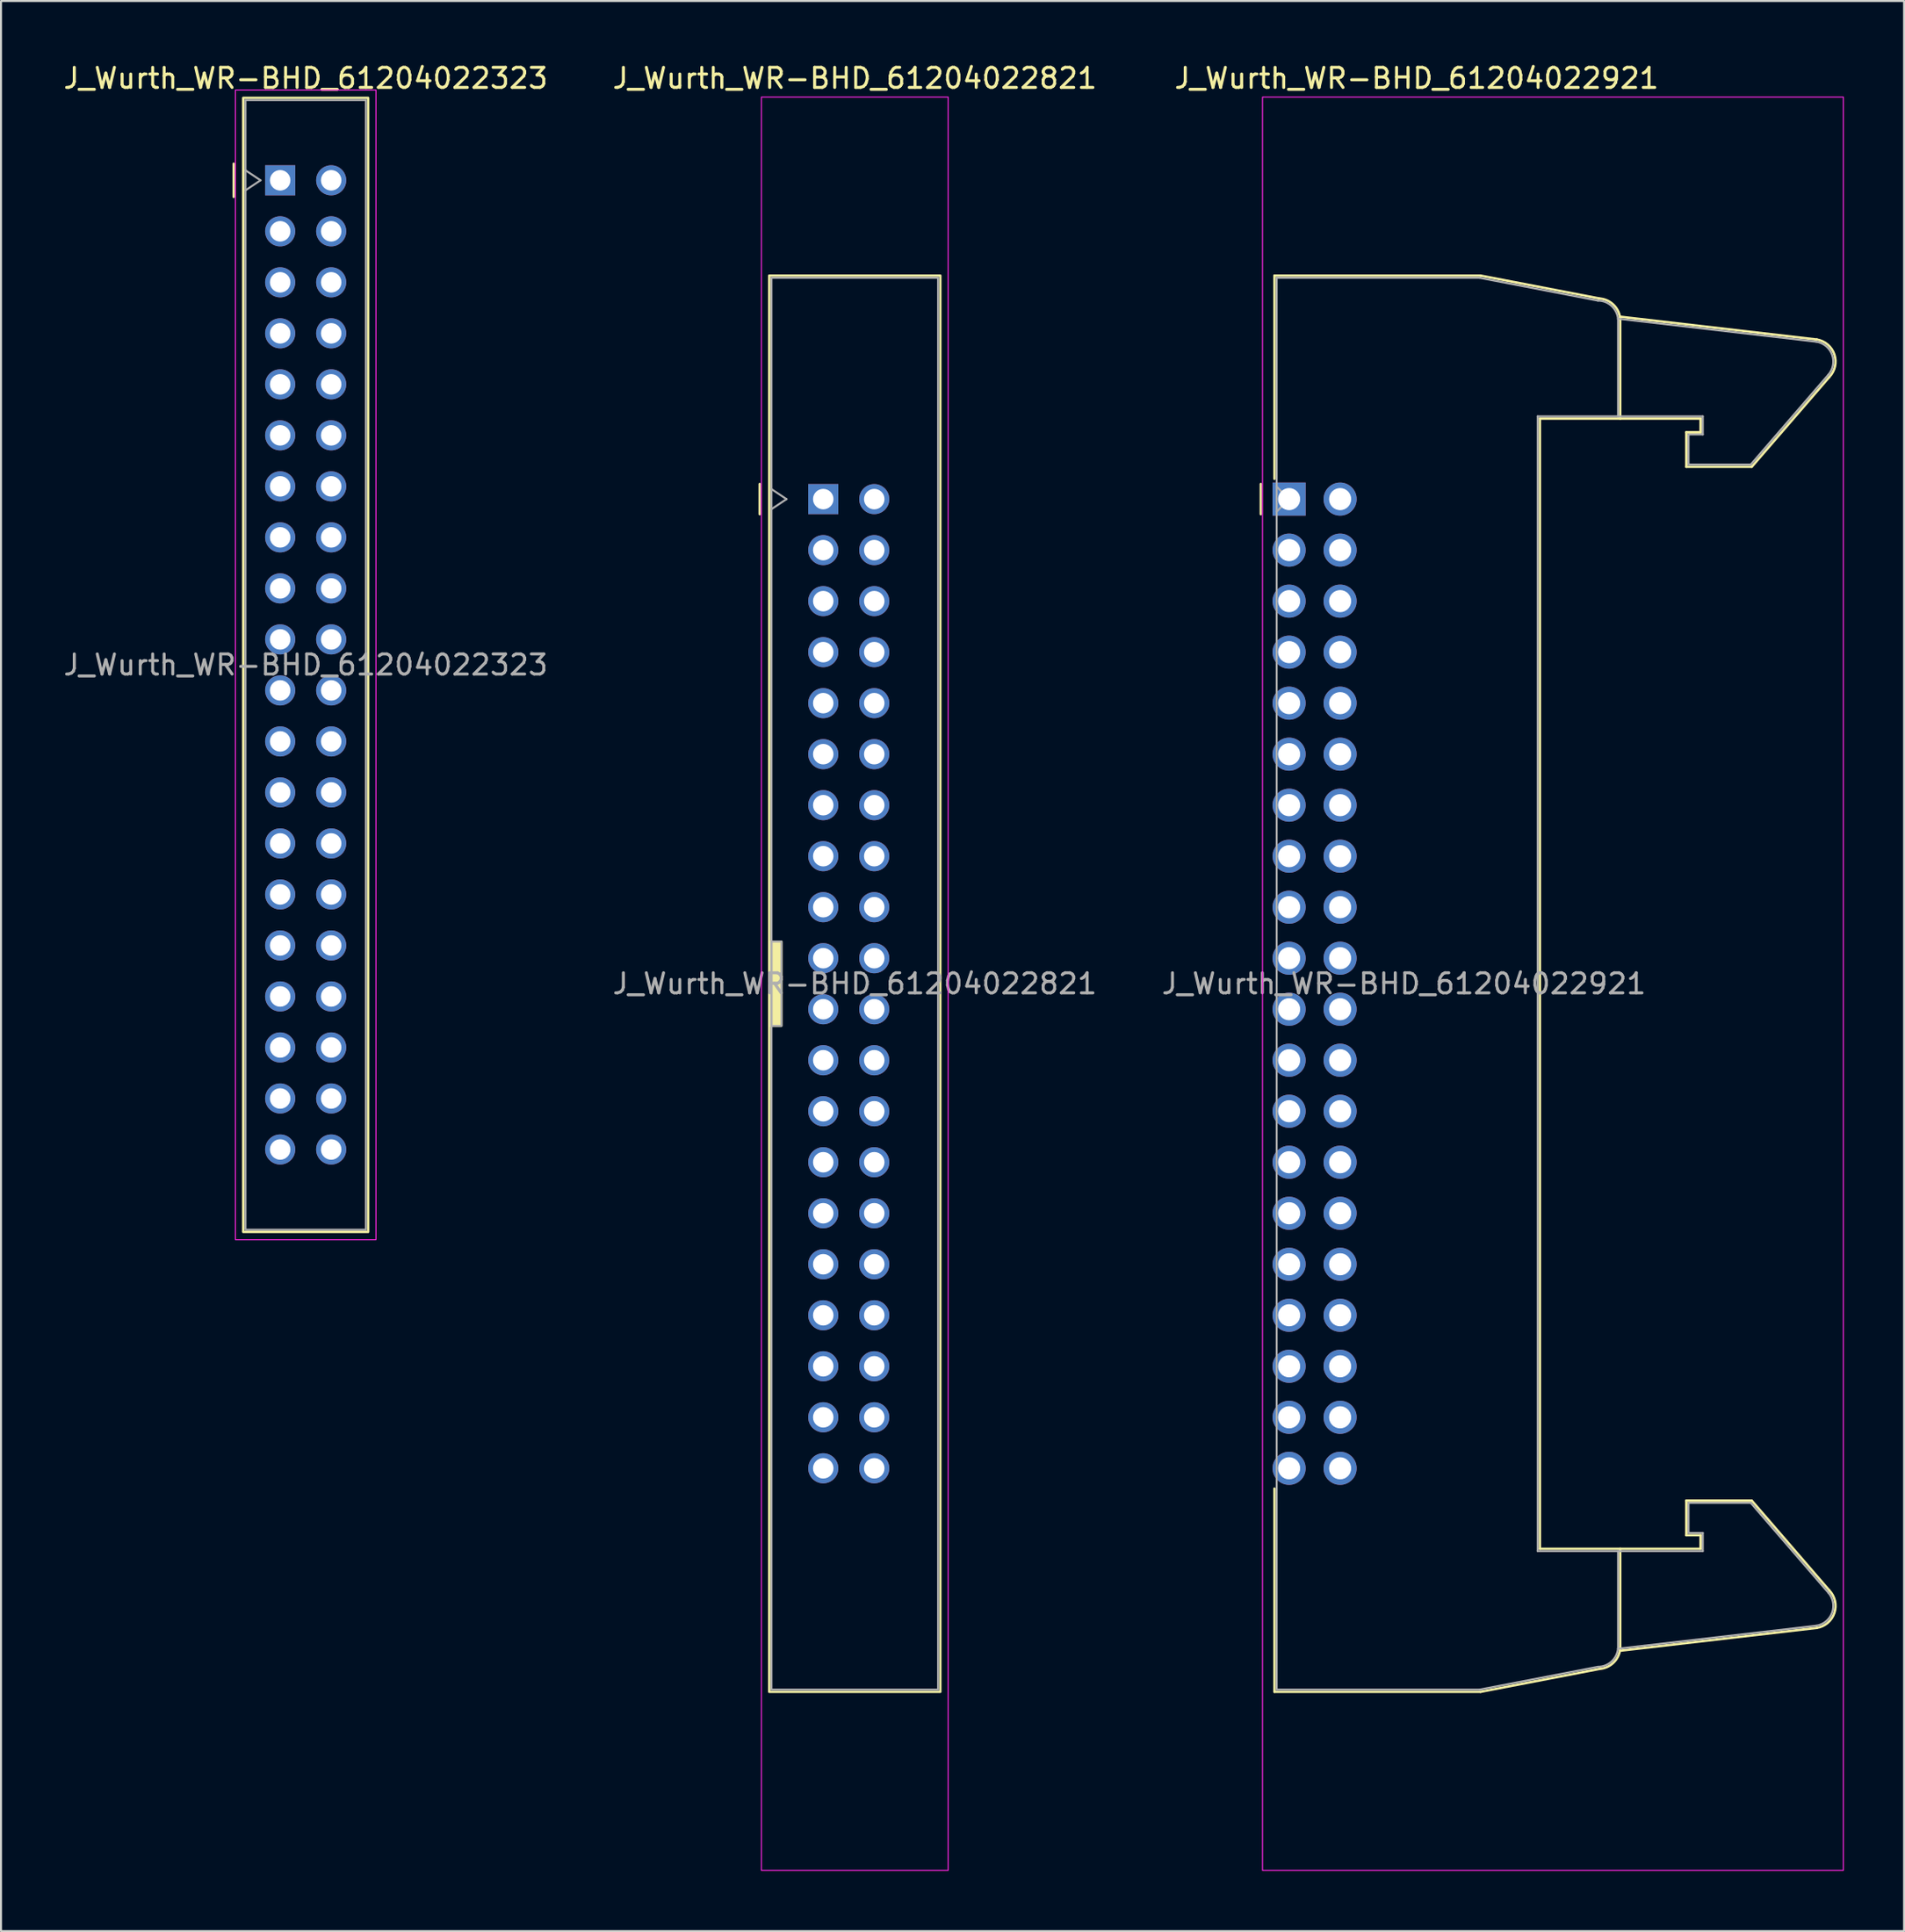
<source format=kicad_pcb>
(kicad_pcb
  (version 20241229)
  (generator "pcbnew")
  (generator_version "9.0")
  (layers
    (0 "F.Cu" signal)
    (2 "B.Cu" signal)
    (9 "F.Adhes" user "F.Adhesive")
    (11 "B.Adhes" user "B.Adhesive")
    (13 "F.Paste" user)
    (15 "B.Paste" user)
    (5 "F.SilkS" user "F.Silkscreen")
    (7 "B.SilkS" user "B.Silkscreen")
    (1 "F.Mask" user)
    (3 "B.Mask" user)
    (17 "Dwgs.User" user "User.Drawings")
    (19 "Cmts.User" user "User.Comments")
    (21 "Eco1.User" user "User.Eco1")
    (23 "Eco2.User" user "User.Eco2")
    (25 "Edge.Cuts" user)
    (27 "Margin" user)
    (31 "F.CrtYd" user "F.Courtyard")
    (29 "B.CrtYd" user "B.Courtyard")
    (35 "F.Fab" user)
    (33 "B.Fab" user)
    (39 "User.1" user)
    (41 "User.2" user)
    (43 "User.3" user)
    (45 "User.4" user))
  (footprint "J_Wurth_WR-BHD_61204022323"
    (layer "F.Cu")
    (at 10.903 5.928)
    (property "Reference" "J_Wurth_WR-BHD_61204022323" (at 1.27 -5.08 0) (unlocked yes) (layer "F.SilkS") (effects (font (size 1 1) (thickness 0.15))))
    (attr through_hole)
    (fp_line (start -2.315 -0.825) (end -2.315 0.825) (stroke (width 0.12) (type solid)) (layer "F.SilkS"))
    (fp_rect (start -1.84 -4.105) (end 4.38 52.365) (stroke (width 0.12) (type solid)) (fill no) (layer "F.SilkS"))
    (fp_rect (start -2.23 -4.495) (end 4.77 52.755) (stroke (width 0.05) (type solid)) (fill no) (layer "F.CrtYd"))
    (fp_line (start -0.98 0) (end -1.73 -0.5) (stroke (width 0.1) (type solid)) (layer "F.Fab"))
    (fp_line (start -0.98 0) (end -1.73 0.5) (stroke (width 0.1) (type solid)) (layer "F.Fab"))
    (fp_rect (start -1.73 -3.995) (end 4.27 52.255) (stroke (width 0.1) (type solid)) (fill no) (layer "F.Fab"))
    (fp_text user "${REFERENCE}" (at 1.27 24.13 0) (unlocked yes) (layer "F.Fab") (effects (font (size 1 1) (thickness 0.15))))
    (pad "1" thru_hole rect (at 0 0 270) (size 1.5 1.5) (drill 1.02) (layers "*.Cu" "*.Mask"))
    (pad "2" thru_hole circle (at 2.54 0 270) (size 1.5 1.5) (drill 1.02) (layers "*.Cu" "*.Mask"))
    (pad "3" thru_hole circle (at 0 2.54 270) (size 1.5 1.5) (drill 1.02) (layers "*.Cu" "*.Mask"))
    (pad "4" thru_hole circle (at 2.54 2.54 270) (size 1.5 1.5) (drill 1.02) (layers "*.Cu" "*.Mask"))
    (pad "5" thru_hole circle (at 0 5.08 270) (size 1.5 1.5) (drill 1.02) (layers "*.Cu" "*.Mask"))
    (pad "6" thru_hole circle (at 2.54 5.08 270) (size 1.5 1.5) (drill 1.02) (layers "*.Cu" "*.Mask"))
    (pad "7" thru_hole circle (at 0 7.62 270) (size 1.5 1.5) (drill 1.02) (layers "*.Cu" "*.Mask"))
    (pad "8" thru_hole circle (at 2.54 7.62 270) (size 1.5 1.5) (drill 1.02) (layers "*.Cu" "*.Mask"))
    (pad "9" thru_hole circle (at 0 10.16 270) (size 1.5 1.5) (drill 1.02) (layers "*.Cu" "*.Mask"))
    (pad "10" thru_hole circle (at 2.54 10.16 270) (size 1.5 1.5) (drill 1.02) (layers "*.Cu" "*.Mask"))
    (pad "11" thru_hole circle (at 0 12.7 270) (size 1.5 1.5) (drill 1.02) (layers "*.Cu" "*.Mask"))
    (pad "12" thru_hole circle (at 2.54 12.7 270) (size 1.5 1.5) (drill 1.02) (layers "*.Cu" "*.Mask"))
    (pad "13" thru_hole circle (at 0 15.24 270) (size 1.5 1.5) (drill 1.02) (layers "*.Cu" "*.Mask"))
    (pad "14" thru_hole circle (at 2.54 15.24 270) (size 1.5 1.5) (drill 1.02) (layers "*.Cu" "*.Mask"))
    (pad "15" thru_hole circle (at 0 17.78 270) (size 1.5 1.5) (drill 1.02) (layers "*.Cu" "*.Mask"))
    (pad "16" thru_hole circle (at 2.54 17.78 270) (size 1.5 1.5) (drill 1.02) (layers "*.Cu" "*.Mask"))
    (pad "17" thru_hole circle (at 0 20.32 270) (size 1.5 1.5) (drill 1.02) (layers "*.Cu" "*.Mask"))
    (pad "18" thru_hole circle (at 2.54 20.32 270) (size 1.5 1.5) (drill 1.02) (layers "*.Cu" "*.Mask"))
    (pad "19" thru_hole circle (at 0 22.86 270) (size 1.5 1.5) (drill 1.02) (layers "*.Cu" "*.Mask"))
    (pad "20" thru_hole circle (at 2.54 22.86 270) (size 1.5 1.5) (drill 1.02) (layers "*.Cu" "*.Mask"))
    (pad "21" thru_hole circle (at 0 25.4 270) (size 1.5 1.5) (drill 1.02) (layers "*.Cu" "*.Mask"))
    (pad "22" thru_hole circle (at 2.54 25.4 270) (size 1.5 1.5) (drill 1.02) (layers "*.Cu" "*.Mask"))
    (pad "23" thru_hole circle (at 0 27.94 270) (size 1.5 1.5) (drill 1.02) (layers "*.Cu" "*.Mask"))
    (pad "24" thru_hole circle (at 2.54 27.94 270) (size 1.5 1.5) (drill 1.02) (layers "*.Cu" "*.Mask"))
    (pad "25" thru_hole circle (at 0 30.48 270) (size 1.5 1.5) (drill 1.02) (layers "*.Cu" "*.Mask"))
    (pad "26" thru_hole circle (at 2.54 30.48 270) (size 1.5 1.5) (drill 1.02) (layers "*.Cu" "*.Mask"))
    (pad "27" thru_hole circle (at 0 33.02 270) (size 1.5 1.5) (drill 1.02) (layers "*.Cu" "*.Mask"))
    (pad "28" thru_hole circle (at 2.54 33.02 270) (size 1.5 1.5) (drill 1.02) (layers "*.Cu" "*.Mask"))
    (pad "29" thru_hole circle (at 0 35.56 270) (size 1.5 1.5) (drill 1.02) (layers "*.Cu" "*.Mask"))
    (pad "30" thru_hole circle (at 2.54 35.56 270) (size 1.5 1.5) (drill 1.02) (layers "*.Cu" "*.Mask"))
    (pad "31" thru_hole circle (at 0 38.1 270) (size 1.5 1.5) (drill 1.02) (layers "*.Cu" "*.Mask"))
    (pad "32" thru_hole circle (at 2.54 38.1 270) (size 1.5 1.5) (drill 1.02) (layers "*.Cu" "*.Mask"))
    (pad "33" thru_hole circle (at 0 40.64 270) (size 1.5 1.5) (drill 1.02) (layers "*.Cu" "*.Mask"))
    (pad "34" thru_hole circle (at 2.54 40.64 270) (size 1.5 1.5) (drill 1.02) (layers "*.Cu" "*.Mask"))
    (pad "35" thru_hole circle (at 0 43.18 270) (size 1.5 1.5) (drill 1.02) (layers "*.Cu" "*.Mask"))
    (pad "36" thru_hole circle (at 2.54 43.18 270) (size 1.5 1.5) (drill 1.02) (layers "*.Cu" "*.Mask"))
    (pad "37" thru_hole circle (at 0 45.72 270) (size 1.5 1.5) (drill 1.02) (layers "*.Cu" "*.Mask"))
    (pad "38" thru_hole circle (at 2.54 45.72 270) (size 1.5 1.5) (drill 1.02) (layers "*.Cu" "*.Mask"))
    (pad "39" thru_hole circle (at 0 48.26 270) (size 1.5 1.5) (drill 1.02) (layers "*.Cu" "*.Mask"))
    (pad "40" thru_hole circle (at 2.54 48.26 270) (size 1.5 1.5) (drill 1.02) (layers "*.Cu" "*.Mask")))
  (footprint "J_Wurth_WR-BHD_61204022921"
    (layer "F.Cu")
    (at 61.148 21.803)
    (property "Reference" "J_Wurth_WR-BHD_61204022921" (at 6.35 -20.955 0) (unlocked yes) (layer "F.SilkS") (effects (font (size 1 1) (thickness 0.15))))
    (attr through_hole)
    (fp_line (start -1.41 -0.75) (end -1.41 0.75) (stroke (width 0.12) (type solid)) (layer "F.SilkS"))
    (fp_line (start -0.73 -11.13) (end -0.73 -1.01) (stroke (width 0.12) (type solid)) (layer "F.SilkS"))
    (fp_line (start -0.73 -11.13) (end 9.534 -11.13) (stroke (width 0.12) (type solid)) (layer "F.SilkS"))
    (fp_line (start -0.73 59.39) (end -0.73 49.27) (stroke (width 0.12) (type solid)) (layer "F.SilkS"))
    (fp_line (start -0.73 59.39) (end 9.534 59.39) (stroke (width 0.12) (type solid)) (layer "F.SilkS"))
    (fp_line (start 9.534 -11.13) (end 15.443 -9.992) (stroke (width 0.12) (type solid)) (layer "F.SilkS"))
    (fp_line (start 9.534 59.39) (end 15.443 58.252) (stroke (width 0.12) (type solid)) (layer "F.SilkS"))
    (fp_line (start 12.49 52.27) (end 12.49 -4.01) (stroke (width 0.12) (type solid)) (layer "F.SilkS"))
    (fp_line (start 16.49 -8.975) (end 16.49 -4.01) (stroke (width 0.12) (type solid)) (layer "F.SilkS"))
    (fp_line (start 16.49 57.235) (end 16.49 52.27) (stroke (width 0.12) (type solid)) (layer "F.SilkS"))
    (fp_line (start 19.78 -3.33) (end 19.78 -1.61) (stroke (width 0.12) (type solid)) (layer "F.SilkS"))
    (fp_line (start 19.78 -1.61) (end 23.04 -1.61) (stroke (width 0.12) (type solid)) (layer "F.SilkS"))
    (fp_line (start 19.78 49.87) (end 23.04 49.87) (stroke (width 0.12) (type solid)) (layer "F.SilkS"))
    (fp_line (start 19.78 51.59) (end 19.78 49.87) (stroke (width 0.12) (type solid)) (layer "F.SilkS"))
    (fp_line (start 20.49 -4.01) (end 12.49 -4.01) (stroke (width 0.12) (type solid)) (layer "F.SilkS"))
    (fp_line (start 20.49 -3.33) (end 19.78 -3.33) (stroke (width 0.12) (type solid)) (layer "F.SilkS"))
    (fp_line (start 20.49 -3.33) (end 20.49 -4.01) (stroke (width 0.12) (type solid)) (layer "F.SilkS"))
    (fp_line (start 20.49 51.59) (end 19.78 51.59) (stroke (width 0.12) (type solid)) (layer "F.SilkS"))
    (fp_line (start 20.49 51.59) (end 20.49 52.27) (stroke (width 0.12) (type solid)) (layer "F.SilkS"))
    (fp_line (start 20.49 52.27) (end 12.49 52.27) (stroke (width 0.12) (type solid)) (layer "F.SilkS"))
    (fp_line (start 23.04 -1.61) (end 26.903 -6.082) (stroke (width 0.12) (type solid)) (layer "F.SilkS"))
    (fp_line (start 23.04 49.87) (end 26.903 54.342) (stroke (width 0.12) (type solid)) (layer "F.SilkS"))
    (fp_line (start 26.279 -7.947) (end 16.472 -9.085) (stroke (width 0.12) (type solid)) (layer "F.SilkS"))
    (fp_line (start 26.279 56.207) (end 16.472 57.345) (stroke (width 0.12) (type solid)) (layer "F.SilkS"))
    (fp_arc (start 15.442979 -9.98974) (mid 16.176162 -9.655638) (end 16.491006 -8.913981) (stroke (width 0.12) (type solid)) (layer "F.SilkS"))
    (fp_arc (start 16.491006 57.173981) (mid 16.176162 57.915638) (end 15.442979 58.24974) (stroke (width 0.12) (type solid)) (layer "F.SilkS"))
    (fp_arc (start 26.278536 -7.946703) (mid 27.153628 -7.202846) (end 26.903 -6.082) (stroke (width 0.12) (type solid)) (layer "F.SilkS"))
    (fp_arc (start 26.903 54.342) (mid 27.153628 55.462846) (end 26.278536 56.206703) (stroke (width 0.12) (type solid)) (layer "F.SilkS"))
    (fp_rect (start -1.325 -20.02) (end 27.6 68.28) (stroke (width 0.05) (type solid)) (fill no) (layer "F.CrtYd"))
    (fp_line (start -0.62 -11.02) (end 9.484 -11.02) (stroke (width 0.1) (type solid)) (layer "F.Fab"))
    (fp_line (start -0.62 59.28) (end -0.62 -11.02) (stroke (width 0.1) (type solid)) (layer "F.Fab"))
    (fp_line (start -0.62 59.28) (end 9.484 59.28) (stroke (width 0.1) (type solid)) (layer "F.Fab"))
    (fp_line (start 0 0) (end -0.62 -0.62) (stroke (width 0.1) (type solid)) (layer "F.Fab"))
    (fp_line (start 0 0) (end -0.62 0.62) (stroke (width 0.1) (type solid)) (layer "F.Fab"))
    (fp_line (start 9.484 -11.02) (end 15.381 -9.884) (stroke (width 0.1) (type solid)) (layer "F.Fab"))
    (fp_line (start 9.484 59.28) (end 15.381 58.144) (stroke (width 0.1) (type solid)) (layer "F.Fab"))
    (fp_line (start 12.38 52.38) (end 12.38 -4.12) (stroke (width 0.1) (type solid)) (layer "F.Fab"))
    (fp_line (start 16.38 -8.975) (end 16.38 -4.12) (stroke (width 0.1) (type solid)) (layer "F.Fab"))
    (fp_line (start 16.38 57.235) (end 16.38 52.38) (stroke (width 0.1) (type solid)) (layer "F.Fab"))
    (fp_line (start 19.89 -3.22) (end 19.89 -1.72) (stroke (width 0.1) (type solid)) (layer "F.Fab"))
    (fp_line (start 19.89 -1.72) (end 22.99 -1.72) (stroke (width 0.1) (type solid)) (layer "F.Fab"))
    (fp_line (start 19.89 49.98) (end 22.99 49.98) (stroke (width 0.1) (type solid)) (layer "F.Fab"))
    (fp_line (start 19.89 51.48) (end 19.89 49.98) (stroke (width 0.1) (type solid)) (layer "F.Fab"))
    (fp_line (start 20.6 -4.12) (end 12.38 -4.12) (stroke (width 0.1) (type solid)) (layer "F.Fab"))
    (fp_line (start 20.6 -3.22) (end 19.89 -3.22) (stroke (width 0.1) (type solid)) (layer "F.Fab"))
    (fp_line (start 20.6 -3.22) (end 20.6 -4.12) (stroke (width 0.1) (type solid)) (layer "F.Fab"))
    (fp_line (start 20.6 51.48) (end 19.89 51.48) (stroke (width 0.1) (type solid)) (layer "F.Fab"))
    (fp_line (start 20.6 51.48) (end 20.6 52.38) (stroke (width 0.1) (type solid)) (layer "F.Fab"))
    (fp_line (start 20.6 52.38) (end 12.38 52.38) (stroke (width 0.1) (type solid)) (layer "F.Fab"))
    (fp_line (start 22.99 -1.72) (end 26.853 -6.192) (stroke (width 0.1) (type solid)) (layer "F.Fab"))
    (fp_line (start 22.99 49.98) (end 26.853 54.452) (stroke (width 0.1) (type solid)) (layer "F.Fab"))
    (fp_line (start 26.252 -7.838) (end 16.38 -8.984) (stroke (width 0.1) (type solid)) (layer "F.Fab"))
    (fp_line (start 26.252 56.098) (end 16.38 57.244) (stroke (width 0.1) (type solid)) (layer "F.Fab"))
    (fp_arc (start 15.380999 -9.884) (mid 16.05791 -9.620576) (end 16.38 -8.969532) (stroke (width 0.1) (type solid)) (layer "F.Fab"))
    (fp_arc (start 16.38 57.229532) (mid 16.05791 57.880576) (end 15.380999 58.144) (stroke (width 0.1) (type solid)) (layer "F.Fab"))
    (fp_arc (start 26.260676 -7.836993) (mid 27.040851 -7.188778) (end 26.852999 -6.192) (stroke (width 0.1) (type solid)) (layer "F.Fab"))
    (fp_arc (start 26.852999 54.452) (mid 27.040851 55.448778) (end 26.260676 56.096993) (stroke (width 0.1) (type solid)) (layer "F.Fab"))
    (fp_text user "${REFERENCE}" (at 5.715 24.13 0) (unlocked yes) (layer "F.Fab") (effects (font (size 1 1) (thickness 0.15))))
    (pad "1" thru_hole rect (at 0 0 90) (size 1.65 1.65) (drill 1.1) (layers "*.Cu" "*.Mask"))
    (pad "2" thru_hole circle (at 2.54 0 90) (size 1.65 1.65) (drill 1.1) (layers "*.Cu" "*.Mask"))
    (pad "3" thru_hole circle (at 0 2.54 90) (size 1.65 1.65) (drill 1.1) (layers "*.Cu" "*.Mask"))
    (pad "4" thru_hole circle (at 2.54 2.54 90) (size 1.65 1.65) (drill 1.1) (layers "*.Cu" "*.Mask"))
    (pad "5" thru_hole circle (at 0 5.08 90) (size 1.65 1.65) (drill 1.1) (layers "*.Cu" "*.Mask"))
    (pad "6" thru_hole circle (at 2.54 5.08 90) (size 1.65 1.65) (drill 1.1) (layers "*.Cu" "*.Mask"))
    (pad "7" thru_hole circle (at 0 7.62 90) (size 1.65 1.65) (drill 1.1) (layers "*.Cu" "*.Mask"))
    (pad "8" thru_hole circle (at 2.54 7.62 90) (size 1.65 1.65) (drill 1.1) (layers "*.Cu" "*.Mask"))
    (pad "9" thru_hole circle (at 0 10.16 90) (size 1.65 1.65) (drill 1.1) (layers "*.Cu" "*.Mask"))
    (pad "10" thru_hole circle (at 2.54 10.16 90) (size 1.65 1.65) (drill 1.1) (layers "*.Cu" "*.Mask"))
    (pad "11" thru_hole circle (at 0 12.7 90) (size 1.65 1.65) (drill 1.1) (layers "*.Cu" "*.Mask"))
    (pad "12" thru_hole circle (at 2.54 12.7 90) (size 1.65 1.65) (drill 1.1) (layers "*.Cu" "*.Mask"))
    (pad "13" thru_hole circle (at 0 15.24 90) (size 1.65 1.65) (drill 1.1) (layers "*.Cu" "*.Mask"))
    (pad "14" thru_hole circle (at 2.54 15.24 90) (size 1.65 1.65) (drill 1.1) (layers "*.Cu" "*.Mask"))
    (pad "15" thru_hole circle (at 0 17.78 90) (size 1.65 1.65) (drill 1.1) (layers "*.Cu" "*.Mask"))
    (pad "16" thru_hole circle (at 2.54 17.78 90) (size 1.65 1.65) (drill 1.1) (layers "*.Cu" "*.Mask"))
    (pad "17" thru_hole circle (at 0 20.32 90) (size 1.65 1.65) (drill 1.1) (layers "*.Cu" "*.Mask"))
    (pad "18" thru_hole circle (at 2.54 20.32 90) (size 1.65 1.65) (drill 1.1) (layers "*.Cu" "*.Mask"))
    (pad "19" thru_hole circle (at 0 22.86 90) (size 1.65 1.65) (drill 1.1) (layers "*.Cu" "*.Mask"))
    (pad "20" thru_hole circle (at 2.54 22.86 90) (size 1.65 1.65) (drill 1.1) (layers "*.Cu" "*.Mask"))
    (pad "21" thru_hole circle (at 0 25.4 90) (size 1.65 1.65) (drill 1.1) (layers "*.Cu" "*.Mask"))
    (pad "22" thru_hole circle (at 2.54 25.4 90) (size 1.65 1.65) (drill 1.1) (layers "*.Cu" "*.Mask"))
    (pad "23" thru_hole circle (at 0 27.94 90) (size 1.65 1.65) (drill 1.1) (layers "*.Cu" "*.Mask"))
    (pad "24" thru_hole circle (at 2.54 27.94 90) (size 1.65 1.65) (drill 1.1) (layers "*.Cu" "*.Mask"))
    (pad "25" thru_hole circle (at 0 30.48 90) (size 1.65 1.65) (drill 1.1) (layers "*.Cu" "*.Mask"))
    (pad "26" thru_hole circle (at 2.54 30.48 90) (size 1.65 1.65) (drill 1.1) (layers "*.Cu" "*.Mask"))
    (pad "27" thru_hole circle (at 0 33.02 90) (size 1.65 1.65) (drill 1.1) (layers "*.Cu" "*.Mask"))
    (pad "28" thru_hole circle (at 2.54 33.02 90) (size 1.65 1.65) (drill 1.1) (layers "*.Cu" "*.Mask"))
    (pad "29" thru_hole circle (at 0 35.56 90) (size 1.65 1.65) (drill 1.1) (layers "*.Cu" "*.Mask"))
    (pad "30" thru_hole circle (at 2.54 35.56 90) (size 1.65 1.65) (drill 1.1) (layers "*.Cu" "*.Mask"))
    (pad "31" thru_hole circle (at 0 38.1 90) (size 1.65 1.65) (drill 1.1) (layers "*.Cu" "*.Mask"))
    (pad "32" thru_hole circle (at 2.54 38.1 90) (size 1.65 1.65) (drill 1.1) (layers "*.Cu" "*.Mask"))
    (pad "33" thru_hole circle (at 0 40.64 90) (size 1.65 1.65) (drill 1.1) (layers "*.Cu" "*.Mask"))
    (pad "34" thru_hole circle (at 2.54 40.64 90) (size 1.65 1.65) (drill 1.1) (layers "*.Cu" "*.Mask"))
    (pad "35" thru_hole circle (at 0 43.18 90) (size 1.65 1.65) (drill 1.1) (layers "*.Cu" "*.Mask"))
    (pad "36" thru_hole circle (at 2.54 43.18 90) (size 1.65 1.65) (drill 1.1) (layers "*.Cu" "*.Mask"))
    (pad "37" thru_hole circle (at 0 45.72 90) (size 1.65 1.65) (drill 1.1) (layers "*.Cu" "*.Mask"))
    (pad "38" thru_hole circle (at 2.54 45.72 90) (size 1.65 1.65) (drill 1.1) (layers "*.Cu" "*.Mask"))
    (pad "39" thru_hole circle (at 0 48.26 90) (size 1.65 1.65) (drill 1.1) (layers "*.Cu" "*.Mask"))
    (pad "40" thru_hole circle (at 2.54 48.26 90) (size 1.65 1.65) (drill 1.1) (layers "*.Cu" "*.Mask")))
  (footprint "J_Wurth_WR-BHD_61204022821"
    (layer "F.Cu")
    (at 37.948 21.803)
    (property "Reference" "J_Wurth_WR-BHD_61204022821" (at 1.57 -20.955 0) (unlocked yes) (layer "F.SilkS") (effects (font (size 1 1) (thickness 0.15))))
    (attr through_hole)
    (fp_line (start -3.165 -0.75) (end -3.165 0.75) (stroke (width 0.12) (type solid)) (layer "F.SilkS"))
    (fp_rect (start -2.69 -11.13) (end 5.83 59.39) (stroke (width 0.12) (type solid)) (fill no) (layer "F.SilkS"))
    (fp_rect (start -2.69 22.03) (end -2.08 26.23) (stroke (width 0.1) (type solid)) (fill yes) (layer "F.SilkS"))
    (fp_rect (start -3.08 -20.02) (end 6.22 68.28) (stroke (width 0.05) (type solid)) (fill no) (layer "F.CrtYd"))
    (fp_line (start -1.83 0) (end -2.58 -0.5) (stroke (width 0.1) (type solid)) (layer "F.Fab"))
    (fp_line (start -1.83 0) (end -2.58 0.5) (stroke (width 0.1) (type solid)) (layer "F.Fab"))
    (fp_rect (start -2.58 -11.02) (end 5.72 59.28) (stroke (width 0.1) (type solid)) (fill no) (layer "F.Fab"))
    (fp_rect (start -2.58 22.03) (end -2.08 26.23) (stroke (width 0.1) (type solid)) (fill no) (layer "F.Fab"))
    (fp_text user "${REFERENCE}" (at 1.57 24.13 0) (unlocked yes) (layer "F.Fab") (effects (font (size 1 1) (thickness 0.15))))
    (pad "1" thru_hole rect (at 0 0 270) (size 1.5 1.5) (drill 1.02) (layers "*.Cu" "*.Mask"))
    (pad "2" thru_hole circle (at 2.54 0 270) (size 1.5 1.5) (drill 1.02) (layers "*.Cu" "*.Mask"))
    (pad "3" thru_hole circle (at 0 2.54 270) (size 1.5 1.5) (drill 1.02) (layers "*.Cu" "*.Mask"))
    (pad "4" thru_hole circle (at 2.54 2.54 270) (size 1.5 1.5) (drill 1.02) (layers "*.Cu" "*.Mask"))
    (pad "5" thru_hole circle (at 0 5.08 270) (size 1.5 1.5) (drill 1.02) (layers "*.Cu" "*.Mask"))
    (pad "6" thru_hole circle (at 2.54 5.08 270) (size 1.5 1.5) (drill 1.02) (layers "*.Cu" "*.Mask"))
    (pad "7" thru_hole circle (at 0 7.62 270) (size 1.5 1.5) (drill 1.02) (layers "*.Cu" "*.Mask"))
    (pad "8" thru_hole circle (at 2.54 7.62 270) (size 1.5 1.5) (drill 1.02) (layers "*.Cu" "*.Mask"))
    (pad "9" thru_hole circle (at 0 10.16 270) (size 1.5 1.5) (drill 1.02) (layers "*.Cu" "*.Mask"))
    (pad "10" thru_hole circle (at 2.54 10.16 270) (size 1.5 1.5) (drill 1.02) (layers "*.Cu" "*.Mask"))
    (pad "11" thru_hole circle (at 0 12.7 270) (size 1.5 1.5) (drill 1.02) (layers "*.Cu" "*.Mask"))
    (pad "12" thru_hole circle (at 2.54 12.7 270) (size 1.5 1.5) (drill 1.02) (layers "*.Cu" "*.Mask"))
    (pad "13" thru_hole circle (at 0 15.24 270) (size 1.5 1.5) (drill 1.02) (layers "*.Cu" "*.Mask"))
    (pad "14" thru_hole circle (at 2.54 15.24 270) (size 1.5 1.5) (drill 1.02) (layers "*.Cu" "*.Mask"))
    (pad "15" thru_hole circle (at 0 17.78 270) (size 1.5 1.5) (drill 1.02) (layers "*.Cu" "*.Mask"))
    (pad "16" thru_hole circle (at 2.54 17.78 270) (size 1.5 1.5) (drill 1.02) (layers "*.Cu" "*.Mask"))
    (pad "17" thru_hole circle (at 0 20.32 270) (size 1.5 1.5) (drill 1.02) (layers "*.Cu" "*.Mask"))
    (pad "18" thru_hole circle (at 2.54 20.32 270) (size 1.5 1.5) (drill 1.02) (layers "*.Cu" "*.Mask"))
    (pad "19" thru_hole circle (at 0 22.86 270) (size 1.5 1.5) (drill 1.02) (layers "*.Cu" "*.Mask"))
    (pad "20" thru_hole circle (at 2.54 22.86 270) (size 1.5 1.5) (drill 1.02) (layers "*.Cu" "*.Mask"))
    (pad "21" thru_hole circle (at 0 25.4 270) (size 1.5 1.5) (drill 1.02) (layers "*.Cu" "*.Mask"))
    (pad "22" thru_hole circle (at 2.54 25.4 270) (size 1.5 1.5) (drill 1.02) (layers "*.Cu" "*.Mask"))
    (pad "23" thru_hole circle (at 0 27.94 270) (size 1.5 1.5) (drill 1.02) (layers "*.Cu" "*.Mask"))
    (pad "24" thru_hole circle (at 2.54 27.94 270) (size 1.5 1.5) (drill 1.02) (layers "*.Cu" "*.Mask"))
    (pad "25" thru_hole circle (at 0 30.48 270) (size 1.5 1.5) (drill 1.02) (layers "*.Cu" "*.Mask"))
    (pad "26" thru_hole circle (at 2.54 30.48 270) (size 1.5 1.5) (drill 1.02) (layers "*.Cu" "*.Mask"))
    (pad "27" thru_hole circle (at 0 33.02 270) (size 1.5 1.5) (drill 1.02) (layers "*.Cu" "*.Mask"))
    (pad "28" thru_hole circle (at 2.54 33.02 270) (size 1.5 1.5) (drill 1.02) (layers "*.Cu" "*.Mask"))
    (pad "29" thru_hole circle (at 0 35.56 270) (size 1.5 1.5) (drill 1.02) (layers "*.Cu" "*.Mask"))
    (pad "30" thru_hole circle (at 2.54 35.56 270) (size 1.5 1.5) (drill 1.02) (layers "*.Cu" "*.Mask"))
    (pad "31" thru_hole circle (at 0 38.1 270) (size 1.5 1.5) (drill 1.02) (layers "*.Cu" "*.Mask"))
    (pad "32" thru_hole circle (at 2.54 38.1 270) (size 1.5 1.5) (drill 1.02) (layers "*.Cu" "*.Mask"))
    (pad "33" thru_hole circle (at 0 40.64 270) (size 1.5 1.5) (drill 1.02) (layers "*.Cu" "*.Mask"))
    (pad "34" thru_hole circle (at 2.54 40.64 270) (size 1.5 1.5) (drill 1.02) (layers "*.Cu" "*.Mask"))
    (pad "35" thru_hole circle (at 0 43.18 270) (size 1.5 1.5) (drill 1.02) (layers "*.Cu" "*.Mask"))
    (pad "36" thru_hole circle (at 2.54 43.18 270) (size 1.5 1.5) (drill 1.02) (layers "*.Cu" "*.Mask"))
    (pad "37" thru_hole circle (at 0 45.72 270) (size 1.5 1.5) (drill 1.02) (layers "*.Cu" "*.Mask"))
    (pad "38" thru_hole circle (at 2.54 45.72 270) (size 1.5 1.5) (drill 1.02) (layers "*.Cu" "*.Mask"))
    (pad "39" thru_hole circle (at 0 48.26 270) (size 1.5 1.5) (drill 1.02) (layers "*.Cu" "*.Mask"))
    (pad "40" thru_hole circle (at 2.54 48.26 270) (size 1.5 1.5) (drill 1.02) (layers "*.Cu" "*.Mask")))
  (gr_rect
    (start -3 -3)
    (end 91.773 93.108)
    (stroke (width 0.1) (type default))
    (fill no)
    (layer "Edge.Cuts")))
</source>
